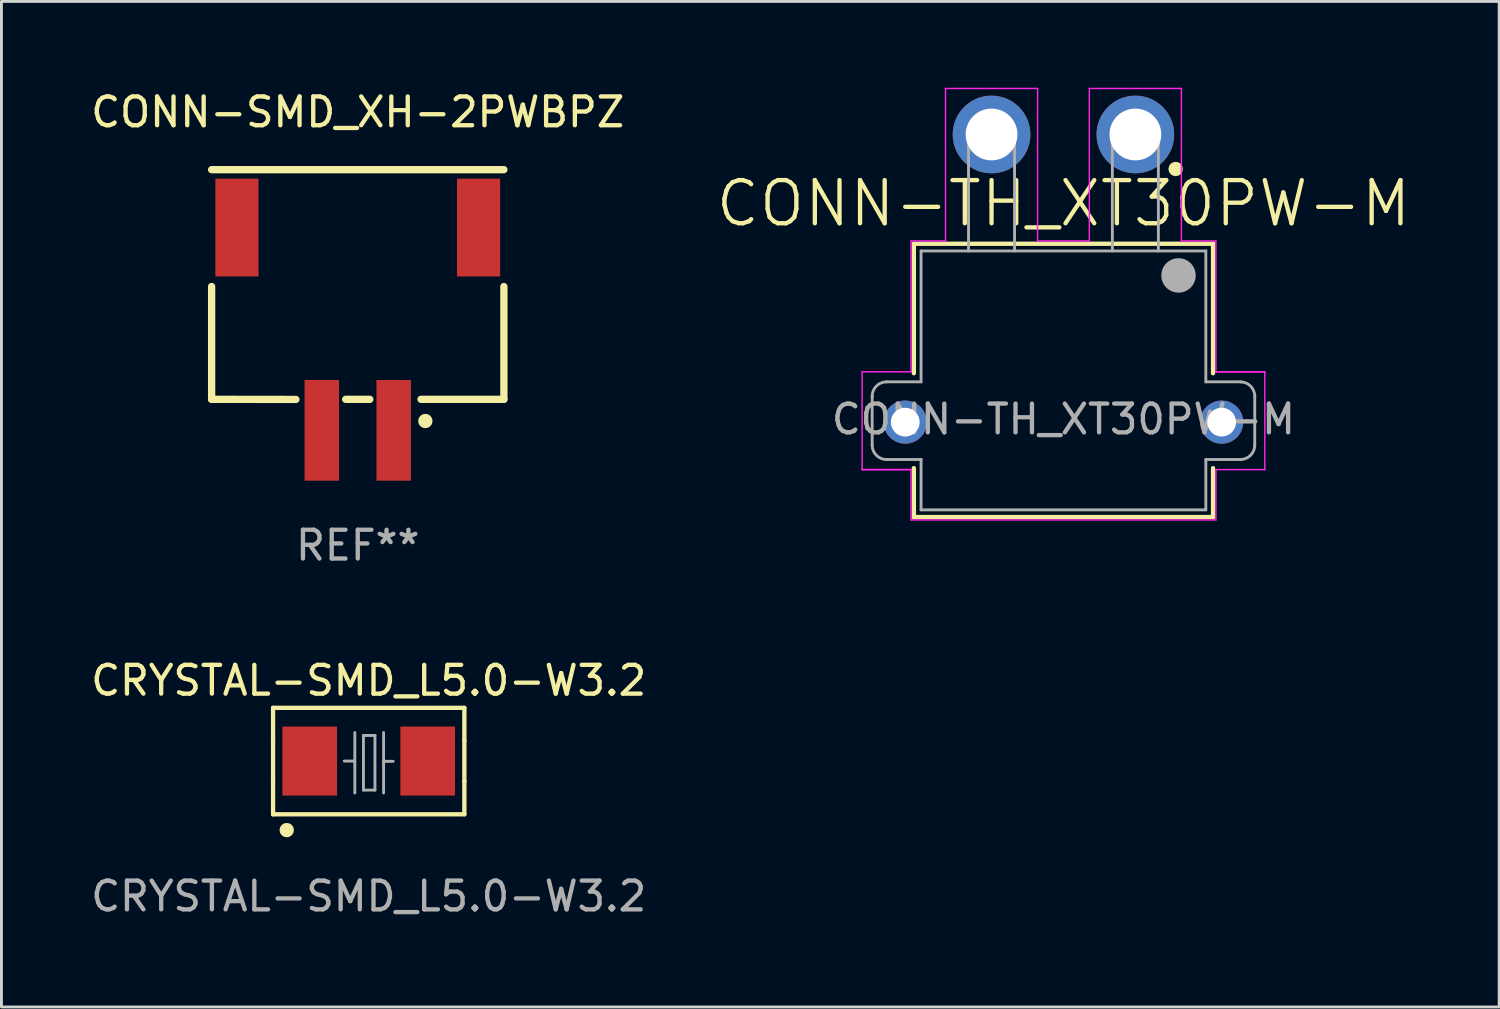
<source format=kicad_pcb>
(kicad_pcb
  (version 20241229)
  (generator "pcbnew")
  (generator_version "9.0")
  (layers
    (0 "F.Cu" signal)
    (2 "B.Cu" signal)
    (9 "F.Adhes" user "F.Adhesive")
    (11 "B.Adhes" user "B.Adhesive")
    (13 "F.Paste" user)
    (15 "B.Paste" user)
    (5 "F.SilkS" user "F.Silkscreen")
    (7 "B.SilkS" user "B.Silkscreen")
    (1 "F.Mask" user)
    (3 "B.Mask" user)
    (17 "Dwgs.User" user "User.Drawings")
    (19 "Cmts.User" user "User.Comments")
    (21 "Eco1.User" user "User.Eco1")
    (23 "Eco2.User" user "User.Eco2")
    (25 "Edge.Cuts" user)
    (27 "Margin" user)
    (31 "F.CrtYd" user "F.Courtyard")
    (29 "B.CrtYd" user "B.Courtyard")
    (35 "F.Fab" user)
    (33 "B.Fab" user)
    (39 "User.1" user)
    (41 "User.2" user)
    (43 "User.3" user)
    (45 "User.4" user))
  (footprint "CONN-SMD_XH-2PWBPZ"
    (layer "F.Cu")
    (at 9.387 8.386)
    (property "Reference" "CONN-SMD_XH-2PWBPZ" (at 0.000076 -7.538 0) (layer "F.SilkS") (effects (font (size 1 1) (thickness 0.15))))
    (attr smd)
    (fp_line (start -5.08 -5.538) (end 5.08 -5.538) (stroke (width 0.254) (type solid)) (layer "F.SilkS"))
    (fp_line (start -5.08 2.446) (end -5.08 -1.474) (stroke (width 0.254) (type solid)) (layer "F.SilkS"))
    (fp_line (start -5.08 2.446) (end -2.15 2.45) (stroke (width 0.254) (type solid)) (layer "F.SilkS"))
    (fp_line (start -0.419 2.446) (end 0.419 2.446) (stroke (width 0.254) (type solid)) (layer "F.SilkS"))
    (fp_line (start 2.2 2.446) (end 5.08 2.446) (stroke (width 0.254) (type solid)) (layer "F.SilkS"))
    (fp_line (start 5.08 2.446) (end 5.08 -1.474) (stroke (width 0.254) (type solid)) (layer "F.SilkS"))
    (fp_circle (center 2.35 3.2) (end 2.475 3.2) (stroke (width 0.25) (type solid)) (fill no) (layer "F.SilkS"))
    (fp_text user "REF**" (at 0.000076 7.525 0) (layer "F.Fab") (effects (font (size 1 1) (thickness 0.15))))
    (pad "1" smd rect (at 1.25 3.525) (size 1.2 3.5) (layers "F.Cu" "F.Mask" "F.Paste"))
    (pad "2" smd rect (at -1.25 3.525) (size 1.2 3.5) (layers "F.Cu" "F.Mask" "F.Paste"))
    (pad "3" smd rect (at -4.2 -3.525) (size 1.5 3.4) (layers "F.Cu" "F.Mask" "F.Paste"))
    (pad "4" smd rect (at 4.2 -3.525) (size 1.5 3.4) (layers "F.Cu" "F.Mask" "F.Paste")))
  (footprint "CONN-TH_XT30PW-M"
    (layer "F.Cu")
    (at 33.92 7.525)
    (property "Reference" "CONN-TH_XT30PW-M" (at 0 -3.5 0) (layer "F.SilkS") (effects (font (size 1.5 1.5) (thickness 0.15))))
    (attr through_hole)
    (fp_line (start -5.2 2.4) (end -5.2 -2.1) (stroke (width 0.15) (type solid)) (layer "F.SilkS"))
    (fp_line (start -5.2 5.7) (end -5.2 7.4) (stroke (width 0.15) (type solid)) (layer "F.SilkS"))
    (fp_line (start -5.2 7.4) (end 5.2 7.4) (stroke (width 0.15) (type solid)) (layer "F.SilkS"))
    (fp_line (start 5.2 2.4) (end 5.2 -2.1) (stroke (width 0.15) (type solid)) (layer "F.SilkS"))
    (fp_line (start 5.2 7.4) (end 5.2 5.7) (stroke (width 0.15) (type solid)) (layer "F.SilkS"))
    (fp_line (start 5.205 -2.1) (end -5.2 -2.1) (stroke (width 0.15) (type solid)) (layer "F.SilkS"))
    (fp_circle (center 3.9 -4.7) (end 4.025 -4.7) (stroke (width 0.25) (type solid)) (fill no) (layer "F.SilkS"))
    (fp_line (start -7 2.35) (end -7 5.75) (stroke (width 0.05) (type default)) (layer "F.CrtYd"))
    (fp_line (start -7 5.75) (end -5.3 5.75) (stroke (width 0.05) (type default)) (layer "F.CrtYd"))
    (fp_line (start -5.3 -2.2) (end -5.3 2.35) (stroke (width 0.05) (type default)) (layer "F.CrtYd"))
    (fp_line (start -5.3 -2.2) (end -4.1 -2.2) (stroke (width 0.05) (type default)) (layer "F.CrtYd"))
    (fp_line (start -5.3 2.35) (end -7 2.35) (stroke (width 0.05) (type default)) (layer "F.CrtYd"))
    (fp_line (start -5.3 5.75) (end -7 5.75) (stroke (width 0.05) (type default)) (layer "F.CrtYd"))
    (fp_line (start -5.3 5.75) (end -5.3 7.5) (stroke (width 0.05) (type default)) (layer "F.CrtYd"))
    (fp_line (start -5.3 7.5) (end 5.3 7.5) (stroke (width 0.05) (type default)) (layer "F.CrtYd"))
    (fp_line (start -4.1 -7.5) (end -4.1 -2.2) (stroke (width 0.05) (type default)) (layer "F.CrtYd"))
    (fp_line (start -0.9 -7.5) (end -4.1 -7.5) (stroke (width 0.05) (type default)) (layer "F.CrtYd"))
    (fp_line (start -0.9 -2.2) (end -0.9 -7.5) (stroke (width 0.05) (type default)) (layer "F.CrtYd"))
    (fp_line (start 0.9 -7.5) (end 0.9 -2.2) (stroke (width 0.05) (type default)) (layer "F.CrtYd"))
    (fp_line (start 0.9 -2.2) (end -0.9 -2.2) (stroke (width 0.05) (type default)) (layer "F.CrtYd"))
    (fp_line (start 4.1 -7.5) (end 0.9 -7.5) (stroke (width 0.05) (type default)) (layer "F.CrtYd"))
    (fp_line (start 4.1 -2.2) (end 4.1 -7.5) (stroke (width 0.05) (type default)) (layer "F.CrtYd"))
    (fp_line (start 5.3 -2.2) (end 4.1 -2.2) (stroke (width 0.05) (type default)) (layer "F.CrtYd"))
    (fp_line (start 5.3 2.35) (end 5.3 -2.2) (stroke (width 0.05) (type default)) (layer "F.CrtYd"))
    (fp_line (start 5.3 2.35) (end 7 2.35) (stroke (width 0.05) (type default)) (layer "F.CrtYd"))
    (fp_line (start 5.3 5.75) (end 7 5.75) (stroke (width 0.05) (type default)) (layer "F.CrtYd"))
    (fp_line (start 5.3 7.5) (end 5.3 5.75) (stroke (width 0.05) (type default)) (layer "F.CrtYd"))
    (fp_line (start 7 2.35) (end 5.3 2.35) (stroke (width 0.05) (type default)) (layer "F.CrtYd"))
    (fp_line (start 7 5.75) (end 7 2.35) (stroke (width 0.05) (type default)) (layer "F.CrtYd"))
    (fp_line (start -6.65 4.9) (end -6.65 3.2) (stroke (width 0.1) (type default)) (layer "F.Fab"))
    (fp_line (start -6.15 5.4) (end -4.95 5.4) (stroke (width 0.1) (type default)) (layer "F.Fab"))
    (fp_line (start -4.95 2.7) (end -6.15 2.7) (stroke (width 0.1) (type default)) (layer "F.Fab"))
    (fp_line (start -4.95 2.7) (end -4.95 -1.85) (stroke (width 0.1) (type default)) (layer "F.Fab"))
    (fp_line (start -4.95 7.15) (end -4.95 5.4) (stroke (width 0.1) (type default)) (layer "F.Fab"))
    (fp_line (start -4.95 7.15) (end 4.95 7.15) (stroke (width 0.1) (type default)) (layer "F.Fab"))
    (fp_line (start -3.3 -5.9) (end -3.3 -1.85) (stroke (width 0.1) (type default)) (layer "F.Fab"))
    (fp_line (start -1.7 -1.85) (end -1.7 -5.9) (stroke (width 0.1) (type default)) (layer "F.Fab"))
    (fp_line (start 1.7 -5.9) (end 1.7 -1.85) (stroke (width 0.1) (type default)) (layer "F.Fab"))
    (fp_line (start 3.3 -1.85) (end 3.3 -5.9) (stroke (width 0.1) (type default)) (layer "F.Fab"))
    (fp_line (start 4.95 -1.85) (end -4.95 -1.85) (stroke (width 0.1) (type default)) (layer "F.Fab"))
    (fp_line (start 4.95 2.7) (end 4.95 -1.85) (stroke (width 0.1) (type default)) (layer "F.Fab"))
    (fp_line (start 4.95 5.4) (end 6.15 5.4) (stroke (width 0.1) (type default)) (layer "F.Fab"))
    (fp_line (start 4.95 7.15) (end 4.95 5.4) (stroke (width 0.1) (type default)) (layer "F.Fab"))
    (fp_line (start 6.15 2.7) (end 4.95 2.7) (stroke (width 0.1) (type default)) (layer "F.Fab"))
    (fp_line (start 6.65 4.9) (end 6.65 3.2) (stroke (width 0.1) (type default)) (layer "F.Fab"))
    (fp_arc (start -6.65 3.2) (mid -6.503553 2.846447) (end -6.15 2.7) (stroke (width 0.1) (type default)) (layer "F.Fab"))
    (fp_arc (start -6.15 5.4) (mid -6.503553 5.253553) (end -6.65 4.9) (stroke (width 0.1) (type default)) (layer "F.Fab"))
    (fp_arc (start -3.3 -5.9) (mid -3.065685 -6.465685) (end -2.5 -6.7) (stroke (width 0.1) (type default)) (layer "F.Fab"))
    (fp_arc (start -2.5 -6.7) (mid -1.934315 -6.465685) (end -1.7 -5.9) (stroke (width 0.1) (type default)) (layer "F.Fab"))
    (fp_arc (start 1.7 -5.9) (mid 1.934315 -6.465685) (end 2.5 -6.7) (stroke (width 0.1) (type default)) (layer "F.Fab"))
    (fp_arc (start 2.5 -6.7) (mid 3.065685 -6.465685) (end 3.3 -5.9) (stroke (width 0.1) (type default)) (layer "F.Fab"))
    (fp_arc (start 6.15 2.7) (mid 6.503553 2.846447) (end 6.65 3.2) (stroke (width 0.1) (type default)) (layer "F.Fab"))
    (fp_arc (start 6.65 4.9) (mid 6.503553 5.253553) (end 6.15 5.4) (stroke (width 0.1) (type default)) (layer "F.Fab"))
    (fp_circle (center 4 -1) (end 4.3 -1) (stroke (width 0.6) (type solid)) (fill no) (layer "F.Fab"))
    (fp_text user "${REFERENCE}" (at 0 4 0) (layer "F.Fab") (effects (font (size 1 1) (thickness 0.15))))
    (pad "1" thru_hole circle (at 2.5 -5.9) (size 2.7 2.7) (drill 1.8) (layers "*.Cu" "*.Mask"))
    (pad "2" thru_hole circle (at -2.5 -5.9) (size 2.7 2.7) (drill 1.8) (layers "*.Cu" "*.Mask"))
    (pad "3" thru_hole circle (at 5.5 4.1) (size 1.5 1.5) (drill 1) (layers "*.Cu" "*.Mask"))
    (pad "4" thru_hole circle (at -5.5 4.1) (size 1.5 1.5) (drill 1) (layers "*.Cu" "*.Mask")))
  (footprint "CRYSTAL-SMD_L5.0-W3.2"
    (layer "F.Cu")
    (at 9.768 23.408)
    (property "Reference" "CRYSTAL-SMD_L5.0-W3.2" (at 0 -2.8 0) (layer "F.SilkS") (effects (font (size 1 1) (thickness 0.15))))
    (attr smd)
    (fp_line (start -3.325 0.7) (end -3.325 -0.7) (stroke (width 0.15) (type solid)) (layer "F.SilkS"))
    (fp_line (start -3.325 -1.85) (end 3.325 -1.85) (stroke (width 0.15) (type solid)) (layer "F.SilkS"))
    (fp_line (start -3.325 -0.7) (end -3.325 -1.85) (stroke (width 0.15) (type solid)) (layer "F.SilkS"))
    (fp_line (start -3.325 1.85) (end -3.325 0.7) (stroke (width 0.15) (type solid)) (layer "F.SilkS"))
    (fp_line (start 3.325 -1.85) (end 3.325 -0.7) (stroke (width 0.15) (type solid)) (layer "F.SilkS"))
    (fp_line (start 3.325 0.7) (end 3.325 1.85) (stroke (width 0.15) (type solid)) (layer "F.SilkS"))
    (fp_line (start 3.325 1.85) (end -3.325 1.85) (stroke (width 0.15) (type solid)) (layer "F.SilkS"))
    (fp_line (start 3.325 -0.7) (end 3.325 0.7) (stroke (width 0.15) (type solid)) (layer "F.SilkS"))
    (fp_circle (center -2.85 2.4) (end -2.725 2.4) (stroke (width 0.25) (type solid)) (fill no) (layer "F.SilkS"))
    (fp_line (start -0.85 0) (end -0.483 0) (stroke (width 0.1) (type solid)) (layer "F.Fab"))
    (fp_line (start -0.483 -0.991) (end -0.483 1.109) (stroke (width 0.1) (type solid)) (layer "F.Fab"))
    (fp_line (start -0.183 -0.89) (end -0.183 1.009) (stroke (width 0.1) (type solid)) (layer "F.Fab"))
    (fp_line (start -0.183 1.009) (end 0.217 1.009) (stroke (width 0.1) (type solid)) (layer "F.Fab"))
    (fp_line (start 0.217 -0.89) (end -0.183 -0.89) (stroke (width 0.1) (type solid)) (layer "F.Fab"))
    (fp_line (start 0.217 1.009) (end 0.217 -0.89) (stroke (width 0.1) (type solid)) (layer "F.Fab"))
    (fp_line (start 0.517 -0.991) (end 0.517 1.109) (stroke (width 0.1) (type solid)) (layer "F.Fab"))
    (fp_line (start 0.517 0.009) (end 0.85 0.009) (stroke (width 0.1) (type solid)) (layer "F.Fab"))
    (fp_text user "${REFERENCE}" (at 0 4.7 0) (layer "F.Fab") (effects (font (size 1 1) (thickness 0.15))))
    (pad "1" smd rect (at -2.05 -0.000076) (size 1.9 2.4) (layers "F.Cu" "F.Mask" "F.Paste"))
    (pad "2" smd rect (at 2.05 -0.000076) (size 1.9 2.4) (layers "F.Cu" "F.Mask" "F.Paste")))
  (gr_rect
    (start -3 -3)
    (end 49.067 31.956)
    (stroke (width 0.1) (type default))
    (fill no)
    (layer "Edge.Cuts")))
</source>
